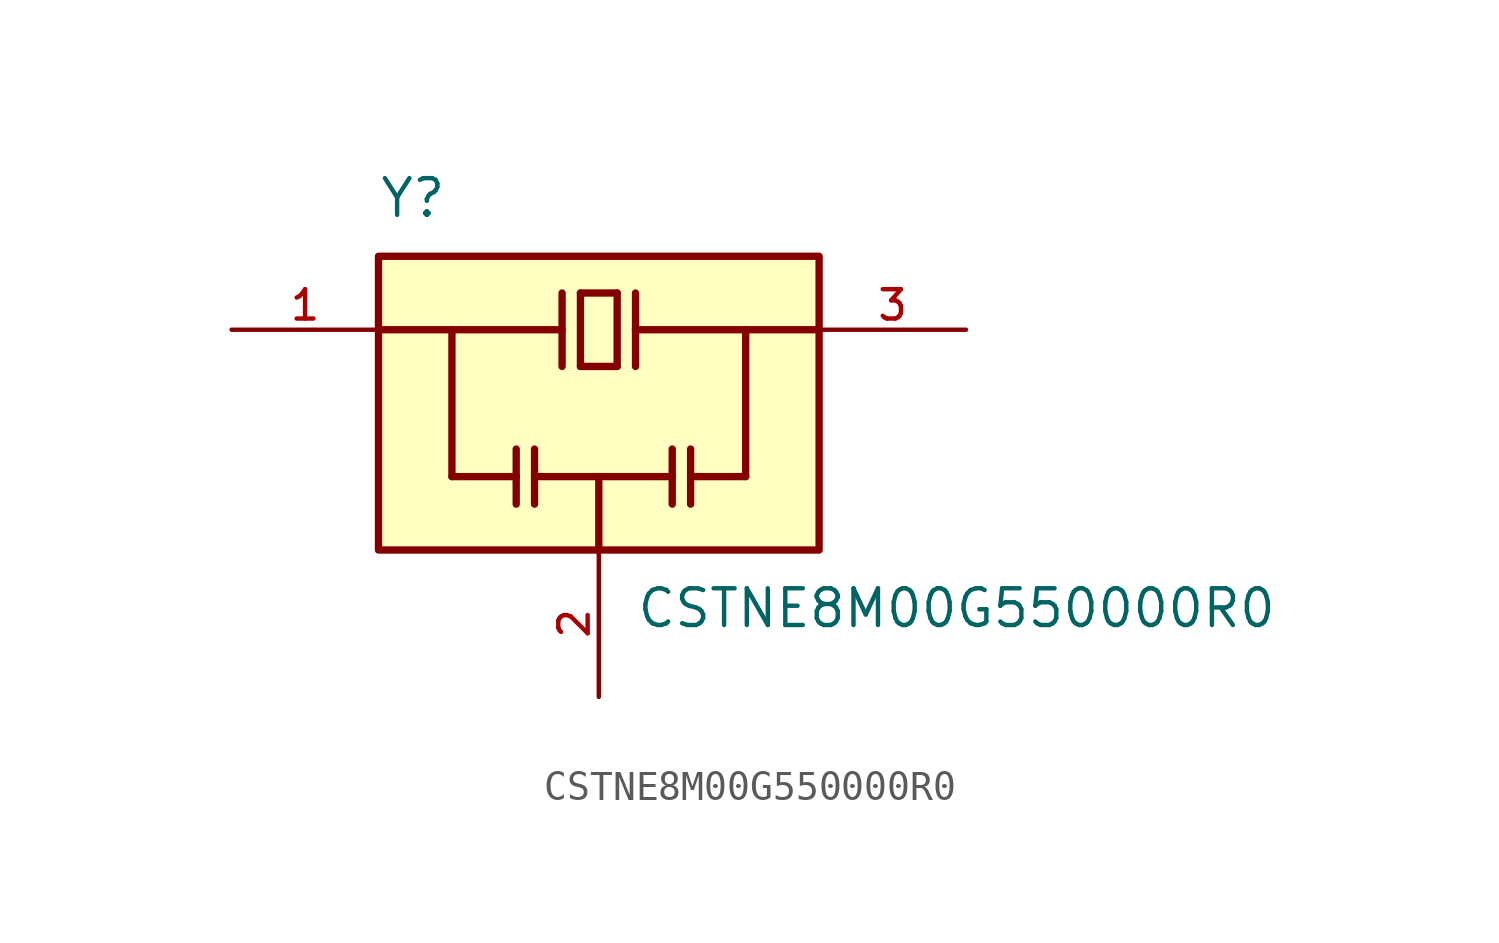
<source format=kicad_sym>
(kicad_symbol_lib
  (version 20241209)
  (generator "kicad_symbol_editor")
  (generator_version "9.0")
  (symbol "CSTNE8M00G550000R0"
    (pin_names
      (offset 1.016))
    (property "Reference" "Y"
      (at -7.62 6.35 0)
      (effects (font (size 1.27 1.27)) (justify left bottom)))
    (property "Value" "CSTNE8M00G550000R0"
      (at 1.27 -6.35 0)
      (effects (font (size 1.27 1.27)) (justify left top)))
    (symbol "CSTNE8M00G550000R0_0_0"
      (polyline (pts (xy -7.62 2.54) (xy -5.08 2.54)) (stroke (width 0.254) (type default)) (fill (type none)))
      (rectangle (start -7.62 -5.08) (end 7.62 5.08) (stroke (width 0.254) (type default)) (fill (type background)))
      (polyline (pts (xy -5.08 2.54) (xy -1.27 2.54)) (stroke (width 0.254) (type default)) (fill (type none)))
      (polyline (pts (xy -5.08 -2.54) (xy -5.08 2.54)) (stroke (width 0.254) (type default)) (fill (type none)))
      (polyline (pts (xy -2.857 -1.587) (xy -2.857 -2.54)) (stroke (width 0.254) (type default)) (fill (type none)))
      (polyline (pts (xy -2.857 -2.54) (xy -5.08 -2.54)) (stroke (width 0.254) (type default)) (fill (type none)))
      (polyline (pts (xy -2.857 -2.54) (xy -2.857 -3.493)) (stroke (width 0.254) (type default)) (fill (type none)))
      (polyline (pts (xy -2.223 -1.587) (xy -2.223 -2.54)) (stroke (width 0.254) (type default)) (fill (type none)))
      (polyline (pts (xy -2.223 -2.54) (xy -2.223 -3.493)) (stroke (width 0.254) (type default)) (fill (type none)))
      (polyline (pts (xy -1.27 3.81) (xy -1.27 2.54)) (stroke (width 0.254) (type default)) (fill (type none)))
      (polyline (pts (xy -1.27 2.54) (xy -1.27 1.27)) (stroke (width 0.254) (type default)) (fill (type none)))
      (polyline (pts (xy -0.635 3.81) (xy 0.635 3.81)) (stroke (width 0.254) (type default)) (fill (type none)))
      (polyline (pts (xy -0.635 1.27) (xy -0.635 3.81)) (stroke (width 0.254) (type default)) (fill (type none)))
      (polyline (pts (xy 0 -2.54) (xy -2.223 -2.54)) (stroke (width 0.254) (type default)) (fill (type none)))
      (polyline (pts (xy 0 -2.54) (xy 2.54 -2.54)) (stroke (width 0.254) (type default)) (fill (type none)))
      (polyline (pts (xy 0 -5.08) (xy 0 -2.54)) (stroke (width 0.254) (type default)) (fill (type none)))
      (polyline (pts (xy 0.635 3.81) (xy 0.635 1.27)) (stroke (width 0.254) (type default)) (fill (type none)))
      (polyline (pts (xy 0.635 1.27) (xy -0.635 1.27)) (stroke (width 0.254) (type default)) (fill (type none)))
      (polyline (pts (xy 1.27 3.81) (xy 1.27 2.54)) (stroke (width 0.254) (type default)) (fill (type none)))
      (polyline (pts (xy 1.27 2.54) (xy 1.27 1.27)) (stroke (width 0.254) (type default)) (fill (type none)))
      (polyline (pts (xy 1.27 2.54) (xy 5.08 2.54)) (stroke (width 0.254) (type default)) (fill (type none)))
      (polyline (pts (xy 2.54 -1.587) (xy 2.54 -2.54)) (stroke (width 0.254) (type default)) (fill (type none)))
      (polyline (pts (xy 2.54 -2.54) (xy 2.54 -3.493)) (stroke (width 0.254) (type default)) (fill (type none)))
      (polyline (pts (xy 3.175 -1.587) (xy 3.175 -2.54)) (stroke (width 0.254) (type default)) (fill (type none)))
      (polyline (pts (xy 3.175 -2.54) (xy 3.175 -3.493)) (stroke (width 0.254) (type default)) (fill (type none)))
      (polyline (pts (xy 3.175 -2.54) (xy 5.08 -2.54)) (stroke (width 0.254) (type default)) (fill (type none)))
      (polyline (pts (xy 5.08 2.54) (xy 7.62 2.54)) (stroke (width 0.254) (type default)) (fill (type none)))
      (polyline (pts (xy 5.08 -2.54) (xy 5.08 2.54)) (stroke (width 0.254) (type default)) (fill (type none)))
      (pin input line (at -12.7 2.54 0) (length 5.08) (name "~" (effects (font (size 1.016 1.016)))) (number "1" (effects (font (size 1.016 1.016)))))
      (pin power_in line (at 0 -10.16 90) (length 5.08) (name "~" (effects (font (size 1.016 1.016)))) (number "2" (effects (font (size 1.016 1.016)))))
      (pin output line (at 12.7 2.54 180) (length 5.08) (name "~" (effects (font (size 1.016 1.016)))) (number "3" (effects (font (size 1.016 1.016))))))))
</source>
